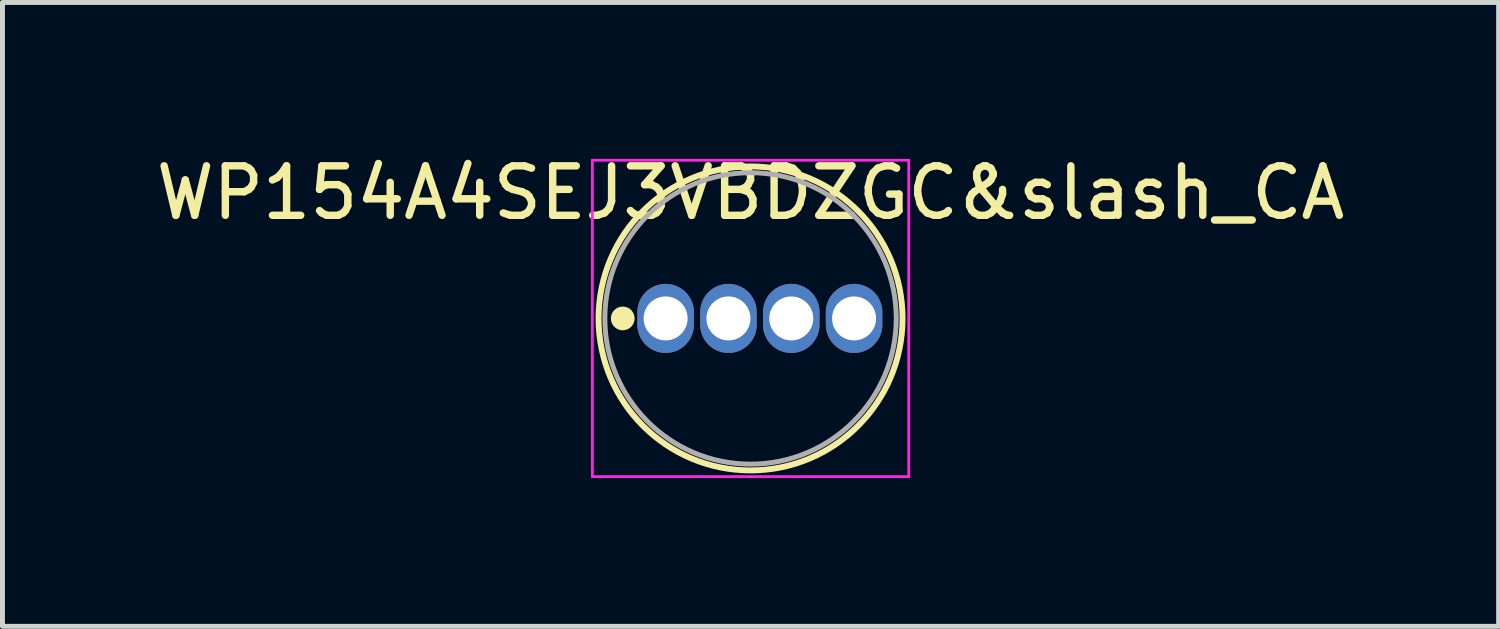
<source format=kicad_pcb>
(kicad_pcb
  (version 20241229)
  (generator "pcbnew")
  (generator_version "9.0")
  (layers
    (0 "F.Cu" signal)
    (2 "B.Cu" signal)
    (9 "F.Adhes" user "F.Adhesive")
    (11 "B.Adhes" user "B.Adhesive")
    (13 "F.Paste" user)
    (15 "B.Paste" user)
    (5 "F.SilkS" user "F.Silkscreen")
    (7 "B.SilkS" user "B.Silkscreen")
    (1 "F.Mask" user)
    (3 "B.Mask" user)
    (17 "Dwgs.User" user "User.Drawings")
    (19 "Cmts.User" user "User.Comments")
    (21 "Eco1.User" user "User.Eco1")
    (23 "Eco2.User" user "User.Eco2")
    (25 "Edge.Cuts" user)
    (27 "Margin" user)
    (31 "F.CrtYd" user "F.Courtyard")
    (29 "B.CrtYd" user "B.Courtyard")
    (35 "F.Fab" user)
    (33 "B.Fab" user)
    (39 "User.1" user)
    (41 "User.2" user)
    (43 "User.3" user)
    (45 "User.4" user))
  (footprint "WP154A4SEJ3VBDZGC&slash_CA"
    (layer "F.Cu")
    (at 13.841 3.388)
    (property "Reference" "WP154A4SEJ3VBDZGC&slash_CA" (at -1.716 -2.54 0) (layer "F.SilkS") (effects (font (size 1 1) (thickness 0.15))))
    (attr through_hole)
    (fp_circle (center -4.3 0) (end -4.18 0) (stroke (width 0.24) (type solid)) (fill no) (layer "F.SilkS"))
    (fp_circle (center -1.716 0) (end 1.357 0) (stroke (width 0.12) (type solid)) (fill no) (layer "F.SilkS"))
    (fp_line (start -4.917 -3.2) (end 1.484 -3.2) (stroke (width 0.05) (type solid)) (layer "F.CrtYd"))
    (fp_line (start -4.917 -3.2) (end 1.484 -3.2) (stroke (width 0.05) (type solid)) (layer "F.CrtYd"))
    (fp_line (start -4.917 3.2) (end -4.917 -3.2) (stroke (width 0.05) (type solid)) (layer "F.CrtYd"))
    (fp_line (start -4.917 3.2) (end -4.917 -3.2) (stroke (width 0.05) (type solid)) (layer "F.CrtYd"))
    (fp_line (start 1.484 -3.2) (end 1.484 3.2) (stroke (width 0.05) (type solid)) (layer "F.CrtYd"))
    (fp_line (start 1.484 -3.2) (end 1.484 3.2) (stroke (width 0.05) (type solid)) (layer "F.CrtYd"))
    (fp_line (start 1.484 3.2) (end -4.917 3.2) (stroke (width 0.05) (type solid)) (layer "F.CrtYd"))
    (fp_line (start 1.484 3.2) (end -4.917 3.2) (stroke (width 0.05) (type solid)) (layer "F.CrtYd"))
    (fp_circle (center -1.716 0) (end 1.23 0) (stroke (width 0.1) (type solid)) (fill no) (layer "F.Fab"))
    (pad "1" thru_hole oval (at -3.433 0) (size 1.143 1.397) (drill 0.889) (layers "*.Cu" "*.Mask"))
    (pad "2" thru_hole oval (at -2.163 0) (size 1.143 1.397) (drill 0.889) (layers "*.Cu" "*.Mask"))
    (pad "3" thru_hole oval (at -0.893 0) (size 1.143 1.397) (drill 0.889) (layers "*.Cu" "*.Mask"))
    (pad "4" thru_hole oval (at 0.377 0) (size 1.143 1.397) (drill 0.889) (layers "*.Cu" "*.Mask")))
  (gr_rect
    (start -3 -3)
    (end 27.25 9.614)
    (stroke (width 0.1) (type default))
    (fill no)
    (layer "Edge.Cuts")))
</source>
